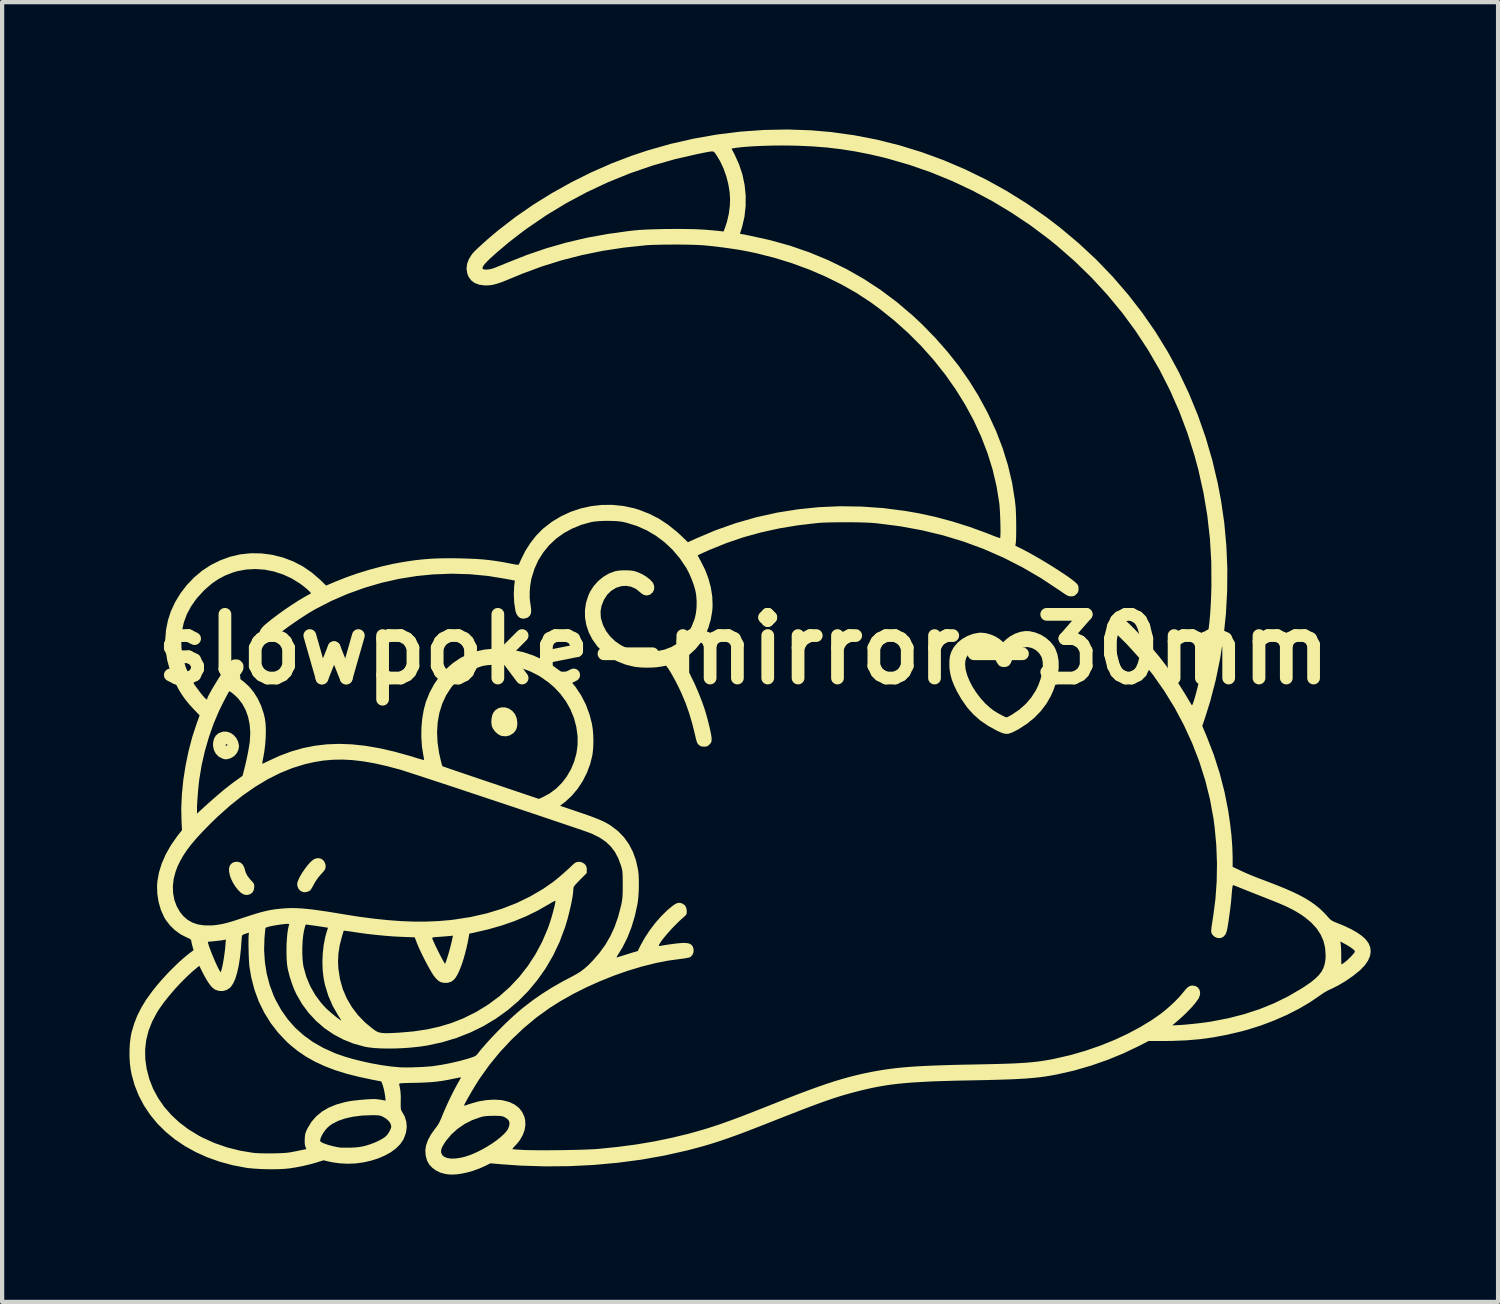
<source format=kicad_pcb>
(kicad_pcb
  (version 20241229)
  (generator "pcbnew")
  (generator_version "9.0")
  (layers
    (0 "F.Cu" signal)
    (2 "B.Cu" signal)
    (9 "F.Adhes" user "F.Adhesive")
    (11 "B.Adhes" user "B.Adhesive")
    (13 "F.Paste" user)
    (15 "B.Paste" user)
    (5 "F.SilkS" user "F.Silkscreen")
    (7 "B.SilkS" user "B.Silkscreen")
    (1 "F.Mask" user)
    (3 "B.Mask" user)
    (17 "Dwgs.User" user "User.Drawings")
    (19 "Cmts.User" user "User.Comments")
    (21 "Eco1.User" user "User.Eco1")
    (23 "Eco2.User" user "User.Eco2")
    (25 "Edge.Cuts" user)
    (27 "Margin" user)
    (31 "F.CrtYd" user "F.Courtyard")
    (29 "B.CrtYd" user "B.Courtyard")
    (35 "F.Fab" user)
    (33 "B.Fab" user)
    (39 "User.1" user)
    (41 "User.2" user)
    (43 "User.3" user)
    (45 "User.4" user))
  (footprint "slowpoke-mirror-30mm"
    (layer "F.Cu")
    (at 14.462 12.242)
    (property "Reference" "slowpoke-mirror-30mm" (at 0 0 0) (layer "F.SilkS") (effects (font (size 1.5 1.5) (thickness 0.3))))
    (attr board_only exclude_from_pos_files exclude_from_bom)
    (fp_poly (pts (xy -5.609 1.371) (xy -5.528 1.397) (xy -5.446 1.452) (xy -5.383 1.527) (xy -5.343 1.619) (xy -5.327 1.724) (xy -5.326 1.737) (xy -5.333 1.825) (xy -5.355 1.894) (xy -5.395 1.951) (xy -5.421 1.976) (xy -5.501 2.028) (xy -5.588 2.051) (xy -5.681 2.045) (xy -5.724 2.033) (xy -5.786 1.998) (xy -5.846 1.944) (xy -5.896 1.88) (xy -5.926 1.815) (xy -5.927 1.814) (xy -5.939 1.731) (xy -5.935 1.64) (xy -5.917 1.553) (xy -5.894 1.498) (xy -5.843 1.434) (xy -5.775 1.39) (xy -5.695 1.369)) (stroke (width 0) (type solid)) (fill yes) (layer "F.SilkS"))
    (fp_poly (pts (xy -11.85 5.025) (xy -11.797 5.069) (xy -11.76 5.137) (xy -11.749 5.176) (xy -11.723 5.264) (xy -11.683 5.34) (xy -11.623 5.417) (xy -11.599 5.443) (xy -11.558 5.487) (xy -11.535 5.52) (xy -11.525 5.55) (xy -11.522 5.586) (xy -11.522 5.59) (xy -11.533 5.669) (xy -11.565 5.729) (xy -11.616 5.768) (xy -11.62 5.77) (xy -11.687 5.789) (xy -11.748 5.783) (xy -11.785 5.77) (xy -11.845 5.731) (xy -11.907 5.668) (xy -11.969 5.589) (xy -12.025 5.499) (xy -12.071 5.403) (xy -12.095 5.336) (xy -12.117 5.235) (xy -12.116 5.15) (xy -12.092 5.084) (xy -12.046 5.036) (xy -11.99 5.012) (xy -11.916 5.005)) (stroke (width 0) (type solid)) (fill yes) (layer "F.SilkS"))
    (fp_poly (pts (xy -9.974 4.926) (xy -9.916 4.955) (xy -9.872 5.003) (xy -9.846 5.069) (xy -9.842 5.112) (xy -9.844 5.148) (xy -9.854 5.179) (xy -9.874 5.212) (xy -9.909 5.255) (xy -9.947 5.296) (xy -10.025 5.388) (xy -10.09 5.485) (xy -10.14 5.577) (xy -10.169 5.628) (xy -10.198 5.669) (xy -10.221 5.692) (xy -10.274 5.714) (xy -10.334 5.724) (xy -10.375 5.72) (xy -10.437 5.69) (xy -10.483 5.64) (xy -10.509 5.576) (xy -10.51 5.507) (xy -10.509 5.502) (xy -10.486 5.435) (xy -10.447 5.354) (xy -10.396 5.268) (xy -10.336 5.18) (xy -10.273 5.097) (xy -10.21 5.025) (xy -10.151 4.97) (xy -10.109 4.942) (xy -10.04 4.921)) (stroke (width 0) (type solid)) (fill yes) (layer "F.SilkS"))
    (fp_poly (pts (xy -12.158 1.944) (xy -12.076 1.974) (xy -12.004 2.025) (xy -11.945 2.094) (xy -11.904 2.176) (xy -11.884 2.266) (xy -11.883 2.288) (xy -11.897 2.372) (xy -11.936 2.45) (xy -11.995 2.516) (xy -12.07 2.563) (xy -12.116 2.579) (xy -12.167 2.591) (xy -12.203 2.593) (xy -12.238 2.587) (xy -12.277 2.574) (xy -12.362 2.529) (xy -12.428 2.462) (xy -12.472 2.379) (xy -12.494 2.281) (xy -12.494 2.259) (xy -12.197 2.259) (xy -12.189 2.276) (xy -12.171 2.273) (xy -12.156 2.253) (xy -12.162 2.238) (xy -12.174 2.235) (xy -12.194 2.248) (xy -12.197 2.259) (xy -12.494 2.259) (xy -12.493 2.205) (xy -12.472 2.11) (xy -12.429 2.034) (xy -12.365 1.979) (xy -12.281 1.947) (xy -12.243 1.94)) (stroke (width 0) (type solid)) (fill yes) (layer "F.SilkS"))
    (fp_poly (pts (xy 6.729 -0.426) (xy 6.865 -0.397) (xy 6.997 -0.345) (xy 7.118 -0.272) (xy 7.223 -0.182) (xy 7.307 -0.079) (xy 7.342 -0.02) (xy 7.394 0.116) (xy 7.422 0.267) (xy 7.426 0.431) (xy 7.406 0.606) (xy 7.362 0.789) (xy 7.295 0.979) (xy 7.239 1.104) (xy 7.135 1.285) (xy 7.005 1.456) (xy 6.851 1.615) (xy 6.675 1.758) (xy 6.481 1.883) (xy 6.395 1.929) (xy 6.317 1.966) (xy 6.253 1.988) (xy 6.195 1.995) (xy 6.135 1.986) (xy 6.065 1.962) (xy 5.979 1.923) (xy 5.767 1.808) (xy 5.58 1.68) (xy 5.414 1.534) (xy 5.267 1.369) (xy 5.135 1.18) (xy 5.026 0.989) (xy 4.958 0.846) (xy 4.908 0.718) (xy 4.875 0.597) (xy 4.855 0.477) (xy 4.849 0.39) (xy 4.85 0.36) (xy 5.221 0.36) (xy 5.233 0.48) (xy 5.269 0.611) (xy 5.325 0.749) (xy 5.398 0.889) (xy 5.487 1.027) (xy 5.588 1.158) (xy 5.698 1.28) (xy 5.815 1.385) (xy 5.889 1.441) (xy 5.94 1.474) (xy 6 1.51) (xy 6.062 1.544) (xy 6.119 1.574) (xy 6.164 1.595) (xy 6.192 1.605) (xy 6.194 1.605) (xy 6.215 1.598) (xy 6.255 1.579) (xy 6.305 1.552) (xy 6.317 1.545) (xy 6.492 1.427) (xy 6.647 1.291) (xy 6.778 1.139) (xy 6.885 0.973) (xy 6.944 0.851) (xy 6.997 0.704) (xy 7.033 0.563) (xy 7.051 0.431) (xy 7.05 0.314) (xy 7.031 0.214) (xy 7.013 0.168) (xy 6.956 0.084) (xy 6.881 0.017) (xy 6.793 -0.029) (xy 6.7 -0.05) (xy 6.676 -0.051) (xy 6.58 -0.037) (xy 6.494 0.004) (xy 6.421 0.07) (xy 6.363 0.158) (xy 6.329 0.243) (xy 6.298 0.324) (xy 6.26 0.378) (xy 6.21 0.409) (xy 6.147 0.42) (xy 6.137 0.42) (xy 6.08 0.414) (xy 6.033 0.393) (xy 5.994 0.353) (xy 5.955 0.289) (xy 5.936 0.25) (xy 5.877 0.145) (xy 5.809 0.067) (xy 5.745 0.022) (xy 5.659 -0.006) (xy 5.566 -0.009) (xy 5.471 0.012) (xy 5.382 0.055) (xy 5.338 0.089) (xy 5.28 0.148) (xy 5.244 0.207) (xy 5.226 0.277) (xy 5.221 0.36) (xy 4.85 0.36) (xy 4.85 0.267) (xy 4.863 0.163) (xy 4.891 0.071) (xy 4.936 -0.018) (xy 4.962 -0.058) (xy 5.046 -0.157) (xy 5.152 -0.242) (xy 5.274 -0.312) (xy 5.405 -0.361) (xy 5.539 -0.387) (xy 5.601 -0.39) (xy 5.705 -0.379) (xy 5.817 -0.349) (xy 5.926 -0.303) (xy 6.023 -0.245) (xy 6.077 -0.202) (xy 6.115 -0.165) (xy 6.188 -0.233) (xy 6.287 -0.308) (xy 6.4 -0.368) (xy 6.52 -0.409) (xy 6.639 -0.428)) (stroke (width 0) (type solid)) (fill yes) (layer "F.SilkS"))
    (fp_poly (pts (xy 1.585 -12.223) (xy 2.063 -12.182) (xy 2.603 -12.107) (xy 3.138 -12.004) (xy 3.669 -11.871) (xy 4.193 -11.71) (xy 4.709 -11.521) (xy 5.216 -11.305) (xy 5.714 -11.063) (xy 6.2 -10.794) (xy 6.673 -10.499) (xy 7.132 -10.179) (xy 7.468 -9.922) (xy 7.9 -9.559) (xy 8.31 -9.177) (xy 8.695 -8.777) (xy 9.056 -8.359) (xy 9.393 -7.925) (xy 9.706 -7.474) (xy 9.993 -7.007) (xy 10.255 -6.525) (xy 10.491 -6.028) (xy 10.701 -5.517) (xy 10.885 -4.993) (xy 11.042 -4.455) (xy 11.172 -3.905) (xy 11.251 -3.488) (xy 11.326 -2.966) (xy 11.374 -2.437) (xy 11.397 -1.905) (xy 11.393 -1.37) (xy 11.364 -0.837) (xy 11.309 -0.309) (xy 11.229 0.213) (xy 11.124 0.725) (xy 10.994 1.225) (xy 10.88 1.59) (xy 10.807 1.808) (xy 10.91 2.052) (xy 11.078 2.486) (xy 11.217 2.92) (xy 11.33 3.358) (xy 11.418 3.805) (xy 11.461 4.099) (xy 11.494 4.384) (xy 11.514 4.649) (xy 11.522 4.893) (xy 11.522 4.929) (xy 11.522 5.126) (xy 11.684 5.202) (xy 11.756 5.236) (xy 11.821 5.266) (xy 11.883 5.293) (xy 11.948 5.32) (xy 12.02 5.349) (xy 12.105 5.383) (xy 12.207 5.422) (xy 12.332 5.469) (xy 12.559 5.557) (xy 12.759 5.638) (xy 12.936 5.716) (xy 13.092 5.791) (xy 13.23 5.866) (xy 13.352 5.941) (xy 13.462 6.019) (xy 13.563 6.1) (xy 13.656 6.187) (xy 13.745 6.282) (xy 13.753 6.291) (xy 13.797 6.34) (xy 13.833 6.374) (xy 13.87 6.399) (xy 13.916 6.421) (xy 13.98 6.447) (xy 13.993 6.452) (xy 14.161 6.521) (xy 14.314 6.594) (xy 14.449 6.671) (xy 14.561 6.748) (xy 14.647 6.824) (xy 14.655 6.833) (xy 14.724 6.926) (xy 14.764 7.024) (xy 14.774 7.126) (xy 14.756 7.231) (xy 14.709 7.338) (xy 14.634 7.446) (xy 14.53 7.554) (xy 14.503 7.578) (xy 14.349 7.701) (xy 14.183 7.816) (xy 14.013 7.917) (xy 13.848 8) (xy 13.806 8.018) (xy 13.753 8.044) (xy 13.686 8.083) (xy 13.617 8.128) (xy 13.581 8.154) (xy 13.343 8.316) (xy 13.081 8.47) (xy 12.798 8.614) (xy 12.499 8.745) (xy 12.19 8.862) (xy 11.874 8.962) (xy 11.729 9.001) (xy 11.395 9.08) (xy 11.073 9.141) (xy 10.753 9.185) (xy 10.428 9.213) (xy 10.087 9.226) (xy 9.921 9.228) (xy 9.543 9.228) (xy 9.314 9.346) (xy 8.955 9.517) (xy 8.578 9.672) (xy 8.188 9.808) (xy 7.792 9.923) (xy 7.398 10.013) (xy 7.396 10.013) (xy 7.292 10.033) (xy 7.19 10.051) (xy 7.087 10.067) (xy 6.982 10.081) (xy 6.871 10.093) (xy 6.751 10.104) (xy 6.622 10.114) (xy 6.479 10.122) (xy 6.321 10.13) (xy 6.145 10.136) (xy 5.948 10.142) (xy 5.728 10.148) (xy 5.482 10.153) (xy 5.281 10.157) (xy 4.983 10.163) (xy 4.713 10.171) (xy 4.466 10.179) (xy 4.242 10.19) (xy 4.036 10.202) (xy 3.847 10.216) (xy 3.67 10.233) (xy 3.504 10.252) (xy 3.346 10.275) (xy 3.193 10.301) (xy 3.042 10.33) (xy 2.89 10.364) (xy 2.735 10.401) (xy 2.662 10.42) (xy 2.548 10.45) (xy 2.437 10.481) (xy 2.325 10.513) (xy 2.212 10.548) (xy 2.093 10.587) (xy 1.967 10.63) (xy 1.831 10.678) (xy 1.682 10.733) (xy 1.518 10.794) (xy 1.336 10.864) (xy 1.134 10.943) (xy 0.908 11.031) (xy 0.698 11.114) (xy 0.452 11.211) (xy 0.231 11.297) (xy 0.031 11.374) (xy -0.151 11.442) (xy -0.318 11.502) (xy -0.473 11.556) (xy -0.621 11.605) (xy -0.763 11.65) (xy -0.903 11.692) (xy -1.044 11.731) (xy -1.19 11.77) (xy -1.335 11.808) (xy -1.862 11.926) (xy -2.406 12.023) (xy -2.963 12.096) (xy -3.53 12.148) (xy -4.103 12.176) (xy -4.678 12.181) (xy -5.253 12.163) (xy -5.722 12.13) (xy -5.96 12.109) (xy -6.08 12.169) (xy -6.217 12.23) (xy -6.368 12.285) (xy -6.52 12.328) (xy -6.656 12.355) (xy -6.76 12.369) (xy -6.846 12.374) (xy -6.924 12.372) (xy -7.005 12.363) (xy -7.021 12.36) (xy -7.135 12.33) (xy -7.241 12.279) (xy -7.332 12.212) (xy -7.405 12.133) (xy -7.453 12.045) (xy -7.454 12.043) (xy -7.486 11.923) (xy -7.491 11.844) (xy -7.122 11.844) (xy -7.12 11.858) (xy -7.095 11.915) (xy -7.046 11.957) (xy -6.975 11.985) (xy -6.885 11.998) (xy -6.778 11.995) (xy -6.656 11.977) (xy -6.549 11.95) (xy -6.429 11.91) (xy -6.302 11.856) (xy -6.173 11.792) (xy -6.046 11.721) (xy -5.924 11.644) (xy -5.811 11.565) (xy -5.712 11.485) (xy -5.63 11.409) (xy -5.57 11.338) (xy -5.542 11.29) (xy -5.514 11.21) (xy -5.512 11.144) (xy -5.536 11.089) (xy -5.589 11.044) (xy -5.622 11.025) (xy -5.655 11.01) (xy -5.687 11) (xy -5.726 10.994) (xy -5.777 10.991) (xy -5.849 10.99) (xy -5.889 10.99) (xy -5.984 10.992) (xy -6.058 10.996) (xy -6.121 11.005) (xy -6.182 11.019) (xy -6.202 11.025) (xy -6.393 11.093) (xy -6.572 11.185) (xy -6.737 11.299) (xy -6.883 11.431) (xy -7.006 11.579) (xy -7.029 11.612) (xy -7.077 11.689) (xy -7.107 11.749) (xy -7.121 11.799) (xy -7.122 11.844) (xy -7.491 11.844) (xy -7.494 11.804) (xy -7.475 11.683) (xy -7.431 11.559) (xy -7.36 11.428) (xy -7.261 11.29) (xy -7.242 11.266) (xy -7.2 11.208) (xy -7.161 11.139) (xy -7.121 11.052) (xy -7.095 10.987) (xy -7.047 10.872) (xy -6.99 10.743) (xy -6.927 10.607) (xy -6.862 10.474) (xy -6.798 10.35) (xy -6.74 10.243) (xy -6.725 10.217) (xy -6.694 10.163) (xy -6.67 10.119) (xy -6.656 10.091) (xy -6.654 10.085) (xy -6.67 10.086) (xy -6.708 10.092) (xy -6.763 10.103) (xy -6.806 10.112) (xy -6.953 10.142) (xy -7.088 10.166) (xy -7.221 10.184) (xy -7.357 10.197) (xy -7.506 10.206) (xy -7.675 10.212) (xy -7.73 10.213) (xy -7.847 10.215) (xy -7.938 10.218) (xy -8.006 10.22) (xy -8.053 10.223) (xy -8.084 10.226) (xy -8.102 10.231) (xy -8.109 10.237) (xy -8.11 10.245) (xy -8.109 10.253) (xy -8.092 10.334) (xy -8.081 10.404) (xy -8.075 10.473) (xy -8.072 10.552) (xy -8.073 10.639) (xy -8.074 10.723) (xy -8.073 10.783) (xy -8.07 10.824) (xy -8.064 10.852) (xy -8.054 10.874) (xy -8.046 10.887) (xy -7.979 11.006) (xy -7.941 11.132) (xy -7.931 11.262) (xy -7.951 11.395) (xy -8 11.526) (xy -8.013 11.553) (xy -8.086 11.66) (xy -8.185 11.758) (xy -8.306 11.848) (xy -8.447 11.926) (xy -8.603 11.993) (xy -8.773 12.047) (xy -8.951 12.087) (xy -9.136 12.112) (xy -9.323 12.119) (xy -9.51 12.109) (xy -9.515 12.109) (xy -9.596 12.098) (xy -9.68 12.085) (xy -9.753 12.071) (xy -9.783 12.064) (xy -9.89 12.037) (xy -10.048 12.087) (xy -10.202 12.131) (xy -10.374 12.172) (xy -10.551 12.206) (xy -10.705 12.23) (xy -10.815 12.24) (xy -10.946 12.247) (xy -11.092 12.249) (xy -11.245 12.248) (xy -11.396 12.242) (xy -11.538 12.233) (xy -11.662 12.221) (xy -11.71 12.215) (xy -12.031 12.154) (xy -12.338 12.071) (xy -12.628 11.968) (xy -12.901 11.845) (xy -13.156 11.704) (xy -13.392 11.545) (xy -13.608 11.368) (xy -13.802 11.176) (xy -13.973 10.969) (xy -14.121 10.747) (xy -14.245 10.512) (xy -14.343 10.265) (xy -14.414 10.006) (xy -14.435 9.894) (xy -14.453 9.752) (xy -14.462 9.594) (xy -14.461 9.431) (xy -14.461 9.425) (xy -14.093 9.425) (xy -14.09 9.65) (xy -14.058 9.882) (xy -14.056 9.89) (xy -13.994 10.127) (xy -13.904 10.356) (xy -13.787 10.573) (xy -13.645 10.778) (xy -13.477 10.97) (xy -13.286 11.148) (xy -13.072 11.309) (xy -12.836 11.454) (xy -12.739 11.505) (xy -12.455 11.633) (xy -12.16 11.735) (xy -11.852 11.812) (xy -11.557 11.861) (xy -11.479 11.868) (xy -11.379 11.873) (xy -11.266 11.875) (xy -11.145 11.876) (xy -11.024 11.874) (xy -10.909 11.87) (xy -10.807 11.865) (xy -10.726 11.857) (xy -10.697 11.853) (xy -10.638 11.843) (xy -10.562 11.828) (xy -10.482 11.813) (xy -10.447 11.805) (xy -10.295 11.774) (xy -10.318 11.72) (xy -10.33 11.675) (xy -10.336 11.616) (xy -10.335 11.573) (xy -9.971 11.573) (xy -9.967 11.59) (xy -9.947 11.609) (xy -9.902 11.632) (xy -9.837 11.657) (xy -9.759 11.682) (xy -9.672 11.705) (xy -9.58 11.725) (xy -9.504 11.738) (xy -9.473 11.74) (xy -9.418 11.741) (xy -9.348 11.741) (xy -9.27 11.74) (xy -9.257 11.74) (xy -9.147 11.735) (xy -9.057 11.726) (xy -8.974 11.712) (xy -8.909 11.697) (xy -8.801 11.664) (xy -8.692 11.623) (xy -8.589 11.576) (xy -8.501 11.528) (xy -8.438 11.485) (xy -8.393 11.439) (xy -8.352 11.381) (xy -8.319 11.319) (xy -8.299 11.264) (xy -8.297 11.241) (xy -8.311 11.179) (xy -8.351 11.118) (xy -8.412 11.061) (xy -8.492 11.013) (xy -8.499 11.009) (xy -8.534 10.995) (xy -8.568 10.985) (xy -8.609 10.979) (xy -8.663 10.976) (xy -8.738 10.976) (xy -8.769 10.976) (xy -8.992 10.985) (xy -9.196 11.011) (xy -9.381 11.052) (xy -9.544 11.108) (xy -9.683 11.179) (xy -9.745 11.222) (xy -9.801 11.271) (xy -9.854 11.332) (xy -9.901 11.399) (xy -9.938 11.465) (xy -9.963 11.525) (xy -9.971 11.573) (xy -10.335 11.573) (xy -10.334 11.534) (xy -10.334 11.534) (xy -10.33 11.468) (xy -10.322 11.417) (xy -10.307 11.369) (xy -10.283 11.314) (xy -10.263 11.275) (xy -10.173 11.128) (xy -10.061 11) (xy -9.927 10.89) (xy -9.77 10.798) (xy -9.59 10.724) (xy -9.385 10.667) (xy -9.276 10.645) (xy -9.217 10.637) (xy -9.137 10.627) (xy -9.046 10.617) (xy -8.951 10.609) (xy -8.918 10.606) (xy -8.819 10.599) (xy -8.742 10.596) (xy -8.681 10.596) (xy -8.627 10.6) (xy -8.573 10.607) (xy -8.554 10.61) (xy -8.429 10.632) (xy -8.439 10.541) (xy -8.453 10.447) (xy -8.473 10.353) (xy -8.497 10.268) (xy -8.511 10.229) (xy -8.532 10.18) (xy -8.755 10.137) (xy -9.073 10.069) (xy -9.364 9.995) (xy -9.63 9.911) (xy -9.873 9.817) (xy -10.097 9.713) (xy -10.303 9.597) (xy -10.493 9.468) (xy -10.671 9.325) (xy -10.759 9.245) (xy -10.96 9.033) (xy -11.137 8.804) (xy -11.289 8.558) (xy -11.417 8.298) (xy -11.518 8.022) (xy -11.593 7.734) (xy -11.635 7.489) (xy -11.641 7.429) (xy -11.647 7.351) (xy -11.651 7.261) (xy -11.655 7.164) (xy -11.657 7.064) (xy -11.659 6.966) (xy -11.659 6.876) (xy -11.658 6.798) (xy -11.655 6.738) (xy -11.651 6.699) (xy -11.648 6.689) (xy -11.646 6.681) (xy -11.655 6.68) (xy -11.68 6.686) (xy -11.726 6.701) (xy -11.762 6.714) (xy -11.795 6.728) (xy -11.811 6.747) (xy -11.817 6.783) (xy -11.818 6.798) (xy -11.836 7.041) (xy -11.859 7.26) (xy -11.889 7.452) (xy -11.926 7.617) (xy -11.968 7.756) (xy -12.016 7.866) (xy -12.07 7.948) (xy -12.1 7.979) (xy -12.176 8.028) (xy -12.263 8.051) (xy -12.354 8.048) (xy -12.442 8.02) (xy -12.46 8.009) (xy -12.517 7.964) (xy -12.578 7.89) (xy -12.644 7.79) (xy -12.713 7.666) (xy -12.733 7.627) (xy -12.817 7.458) (xy -12.856 7.488) (xy -12.99 7.6) (xy -13.13 7.731) (xy -13.273 7.875) (xy -13.412 8.027) (xy -13.544 8.183) (xy -13.664 8.335) (xy -13.766 8.48) (xy -13.818 8.563) (xy -13.931 8.776) (xy -14.014 8.99) (xy -14.068 9.206) (xy -14.093 9.425) (xy -14.461 9.425) (xy -14.452 9.272) (xy -14.433 9.125) (xy -14.411 9.017) (xy -14.352 8.818) (xy -14.277 8.627) (xy -14.182 8.44) (xy -14.067 8.251) (xy -13.927 8.058) (xy -13.81 7.911) (xy -13.689 7.772) (xy -13.561 7.632) (xy -13.428 7.498) (xy -13.298 7.372) (xy -13.173 7.261) (xy -13.058 7.168) (xy -13.013 7.134) (xy -12.952 7.09) (xy -12.98 6.992) (xy -12.994 6.937) (xy -13.004 6.892) (xy -12.617 6.892) (xy -12.608 6.931) (xy -12.592 6.986) (xy -12.565 7.06) (xy -12.532 7.148) (xy -12.493 7.243) (xy -12.453 7.338) (xy -12.413 7.426) (xy -12.377 7.503) (xy -12.347 7.559) (xy -12.337 7.576) (xy -12.313 7.613) (xy -12.293 7.546) (xy -12.282 7.504) (xy -12.269 7.441) (xy -12.255 7.367) (xy -12.243 7.299) (xy -12.23 7.211) (xy -12.217 7.116) (xy -12.207 7.028) (xy -12.203 6.978) (xy -12.193 6.837) (xy -12.229 6.846) (xy -12.258 6.852) (xy -12.309 6.859) (xy -12.375 6.867) (xy -12.441 6.874) (xy -12.617 6.892) (xy -13.004 6.892) (xy -13.004 6.89) (xy -13.008 6.863) (xy -13.014 6.845) (xy -13.035 6.826) (xy -13.076 6.805) (xy -13.124 6.784) (xy -13.263 6.712) (xy -13.394 6.616) (xy -13.512 6.5) (xy -13.611 6.371) (xy -13.65 6.303) (xy -13.723 6.139) (xy -13.775 5.96) (xy -13.806 5.772) (xy -13.813 5.585) (xy -13.813 5.58) (xy -13.44 5.58) (xy -13.434 5.747) (xy -13.404 5.907) (xy -13.349 6.056) (xy -13.271 6.191) (xy -13.2 6.28) (xy -13.098 6.37) (xy -12.984 6.437) (xy -12.855 6.481) (xy -12.708 6.504) (xy -12.542 6.506) (xy -12.535 6.506) (xy -12.447 6.499) (xy -12.358 6.487) (xy -12.263 6.469) (xy -12.158 6.443) (xy -12.038 6.409) (xy -11.899 6.364) (xy -11.8 6.331) (xy -11.637 6.277) (xy -11.496 6.233) (xy -11.374 6.197) (xy -11.264 6.169) (xy -11.162 6.147) (xy -11.062 6.13) (xy -10.96 6.117) (xy -10.851 6.107) (xy -10.842 6.106) (xy -10.741 6.1) (xy -10.638 6.097) (xy -10.531 6.099) (xy -10.415 6.105) (xy -10.289 6.116) (xy -10.148 6.131) (xy -9.989 6.153) (xy -9.809 6.179) (xy -9.605 6.212) (xy -9.474 6.234) (xy -9.088 6.296) (xy -8.726 6.344) (xy -8.385 6.38) (xy -8.063 6.404) (xy -7.757 6.416) (xy -7.463 6.415) (xy -7.18 6.403) (xy -6.903 6.379) (xy -6.814 6.368) (xy -6.421 6.307) (xy -6.045 6.221) (xy -5.686 6.112) (xy -5.344 5.979) (xy -5.021 5.822) (xy -4.716 5.643) (xy -4.489 5.485) (xy -4.422 5.433) (xy -4.342 5.367) (xy -4.255 5.292) (xy -4.169 5.215) (xy -4.089 5.143) (xy -4.023 5.079) (xy -3.999 5.056) (xy -3.945 5.019) (xy -3.881 5.006) (xy -3.814 5.016) (xy -3.755 5.048) (xy -3.729 5.073) (xy -3.704 5.111) (xy -3.692 5.155) (xy -3.691 5.195) (xy -3.691 5.272) (xy -3.848 5.429) (xy -3.911 5.494) (xy -3.956 5.541) (xy -3.984 5.577) (xy -4 5.603) (xy -4.006 5.626) (xy -4.006 5.633) (xy -4.011 5.712) (xy -4.024 5.815) (xy -4.045 5.935) (xy -4.073 6.067) (xy -4.106 6.206) (xy -4.142 6.346) (xy -4.182 6.483) (xy -4.208 6.564) (xy -4.332 6.895) (xy -4.482 7.211) (xy -4.654 7.508) (xy -4.85 7.787) (xy -5.066 8.048) (xy -5.303 8.288) (xy -5.56 8.507) (xy -5.835 8.704) (xy -6.128 8.879) (xy -6.437 9.03) (xy -6.761 9.157) (xy -7.1 9.259) (xy -7.452 9.335) (xy -7.477 9.339) (xy -7.646 9.363) (xy -7.826 9.382) (xy -8.011 9.396) (xy -8.197 9.404) (xy -8.378 9.406) (xy -8.549 9.402) (xy -8.705 9.393) (xy -8.84 9.377) (xy -8.919 9.363) (xy -9.178 9.292) (xy -9.424 9.194) (xy -9.654 9.072) (xy -9.869 8.926) (xy -10.065 8.757) (xy -10.242 8.567) (xy -10.398 8.356) (xy -10.531 8.126) (xy -10.587 8.003) (xy -10.641 7.86) (xy -10.689 7.709) (xy -10.727 7.561) (xy -10.738 7.509) (xy -10.751 7.417) (xy -10.76 7.307) (xy -10.764 7.185) (xy -10.764 7.145) (xy -10.392 7.145) (xy -10.387 7.277) (xy -10.376 7.396) (xy -10.362 7.483) (xy -10.296 7.719) (xy -10.203 7.94) (xy -10.085 8.147) (xy -9.942 8.338) (xy -9.844 8.445) (xy -9.798 8.489) (xy -9.742 8.538) (xy -9.681 8.591) (xy -9.62 8.641) (xy -9.563 8.686) (xy -9.515 8.72) (xy -9.482 8.742) (xy -9.471 8.746) (xy -9.477 8.735) (xy -9.496 8.704) (xy -9.526 8.658) (xy -9.551 8.619) (xy -9.677 8.398) (xy -9.779 8.162) (xy -9.855 7.917) (xy -9.888 7.759) (xy -9.911 7.571) (xy -9.918 7.371) (xy -9.918 7.362) (xy -9.55 7.362) (xy -9.541 7.53) (xy -9.503 7.774) (xy -9.438 8.005) (xy -9.345 8.222) (xy -9.226 8.427) (xy -9.081 8.618) (xy -8.909 8.795) (xy -8.733 8.94) (xy -8.687 8.973) (xy -8.645 9) (xy -8.603 9.019) (xy -8.556 9.032) (xy -8.5 9.04) (xy -8.431 9.044) (xy -8.344 9.043) (xy -8.236 9.038) (xy -8.107 9.031) (xy -7.771 9.002) (xy -7.456 8.955) (xy -7.159 8.889) (xy -6.878 8.804) (xy -6.61 8.699) (xy -6.597 8.693) (xy -6.296 8.544) (xy -6.014 8.371) (xy -5.75 8.175) (xy -5.505 7.957) (xy -5.281 7.719) (xy -5.079 7.461) (xy -4.899 7.184) (xy -4.742 6.891) (xy -4.61 6.581) (xy -4.57 6.469) (xy -4.545 6.392) (xy -4.519 6.307) (xy -4.494 6.22) (xy -4.472 6.135) (xy -4.452 6.058) (xy -4.438 5.994) (xy -4.43 5.948) (xy -4.429 5.926) (xy -4.442 5.928) (xy -4.476 5.944) (xy -4.526 5.971) (xy -4.585 6.007) (xy -4.591 6.01) (xy -4.848 6.157) (xy -5.116 6.289) (xy -5.398 6.405) (xy -5.698 6.509) (xy -6.019 6.6) (xy -6.365 6.68) (xy -6.368 6.681) (xy -6.458 6.699) (xy -6.477 6.811) (xy -6.498 6.92) (xy -6.526 7.045) (xy -6.56 7.176) (xy -6.596 7.302) (xy -6.631 7.413) (xy -6.641 7.44) (xy -6.691 7.568) (xy -6.739 7.669) (xy -6.787 7.746) (xy -6.838 7.8) (xy -6.894 7.836) (xy -6.958 7.855) (xy -6.991 7.859) (xy -7.07 7.857) (xy -7.137 7.839) (xy -7.198 7.8) (xy -7.258 7.738) (xy -7.299 7.684) (xy -7.341 7.619) (xy -7.391 7.534) (xy -7.447 7.433) (xy -7.505 7.322) (xy -7.562 7.209) (xy -7.615 7.099) (xy -7.66 6.999) (xy -7.688 6.93) (xy -7.739 6.799) (xy -7.33 6.799) (xy -7.329 6.812) (xy -7.328 6.817) (xy -7.316 6.85) (xy -7.292 6.903) (xy -7.261 6.971) (xy -7.224 7.047) (xy -7.186 7.125) (xy -7.148 7.2) (xy -7.114 7.265) (xy -7.093 7.303) (xy -7.031 7.412) (xy -7.01 7.363) (xy -6.997 7.328) (xy -6.979 7.272) (xy -6.958 7.206) (xy -6.945 7.164) (xy -6.922 7.081) (xy -6.898 6.99) (xy -6.878 6.907) (xy -6.872 6.881) (xy -6.843 6.747) (xy -6.936 6.756) (xy -6.993 6.761) (xy -7.068 6.767) (xy -7.147 6.773) (xy -7.183 6.776) (xy -7.252 6.78) (xy -7.296 6.785) (xy -7.32 6.791) (xy -7.33 6.799) (xy -7.739 6.799) (xy -7.745 6.786) (xy -8.024 6.776) (xy -8.215 6.767) (xy -8.425 6.751) (xy -8.643 6.73) (xy -8.86 6.706) (xy -9.064 6.678) (xy -9.077 6.676) (xy -9.158 6.664) (xy -9.235 6.652) (xy -9.3 6.643) (xy -9.344 6.637) (xy -9.348 6.637) (xy -9.416 6.628) (xy -9.456 6.761) (xy -9.51 6.97) (xy -9.541 7.168) (xy -9.55 7.362) (xy -9.918 7.362) (xy -9.91 7.167) (xy -9.888 6.968) (xy -9.852 6.782) (xy -9.822 6.674) (xy -9.786 6.56) (xy -9.938 6.536) (xy -10.012 6.525) (xy -10.084 6.514) (xy -10.143 6.506) (xy -10.165 6.503) (xy -10.217 6.496) (xy -10.264 6.49) (xy -10.279 6.487) (xy -10.296 6.485) (xy -10.309 6.49) (xy -10.319 6.505) (xy -10.329 6.538) (xy -10.342 6.591) (xy -10.354 6.642) (xy -10.371 6.747) (xy -10.384 6.871) (xy -10.391 7.007) (xy -10.392 7.145) (xy -10.764 7.145) (xy -10.764 7.055) (xy -10.761 6.925) (xy -10.753 6.799) (xy -10.742 6.684) (xy -10.727 6.586) (xy -10.709 6.509) (xy -10.702 6.487) (xy -10.7 6.475) (xy -10.711 6.469) (xy -10.739 6.468) (xy -10.791 6.472) (xy -10.804 6.473) (xy -10.885 6.482) (xy -10.97 6.494) (xy -11.053 6.508) (xy -11.129 6.523) (xy -11.192 6.538) (xy -11.236 6.552) (xy -11.257 6.563) (xy -11.258 6.564) (xy -11.262 6.586) (xy -11.267 6.632) (xy -11.273 6.695) (xy -11.28 6.772) (xy -11.283 6.806) (xy -11.291 7.087) (xy -11.273 7.367) (xy -11.23 7.641) (xy -11.161 7.905) (xy -11.068 8.157) (xy -11.02 8.259) (xy -10.888 8.498) (xy -10.734 8.717) (xy -10.559 8.915) (xy -10.362 9.092) (xy -10.143 9.251) (xy -9.901 9.389) (xy -9.636 9.509) (xy -9.577 9.532) (xy -9.395 9.595) (xy -9.19 9.655) (xy -8.97 9.709) (xy -8.744 9.758) (xy -8.519 9.798) (xy -8.302 9.828) (xy -8.102 9.847) (xy -8.094 9.848) (xy -8.016 9.85) (xy -7.915 9.851) (xy -7.8 9.849) (xy -7.678 9.844) (xy -7.556 9.839) (xy -7.442 9.831) (xy -7.345 9.823) (xy -7.3 9.818) (xy -7.106 9.788) (xy -6.9 9.748) (xy -6.697 9.701) (xy -6.51 9.65) (xy -6.504 9.648) (xy -6.423 9.623) (xy -6.365 9.603) (xy -6.325 9.586) (xy -6.298 9.568) (xy -6.278 9.549) (xy -6.271 9.54) (xy -6.171 9.415) (xy -6.051 9.278) (xy -5.917 9.132) (xy -5.774 8.983) (xy -5.626 8.835) (xy -5.478 8.694) (xy -5.334 8.565) (xy -5.201 8.452) (xy -5.182 8.437) (xy -4.964 8.269) (xy -4.742 8.115) (xy -4.51 7.969) (xy -4.26 7.826) (xy -4.066 7.724) (xy -3.943 7.657) (xy -3.839 7.593) (xy -3.747 7.524) (xy -3.657 7.444) (xy -3.561 7.346) (xy -3.559 7.345) (xy -3.397 7.159) (xy -3.258 6.968) (xy -3.14 6.767) (xy -3.04 6.552) (xy -2.957 6.318) (xy -2.889 6.062) (xy -2.877 6.01) (xy -2.866 5.952) (xy -2.857 5.898) (xy -2.851 5.84) (xy -2.847 5.773) (xy -2.845 5.69) (xy -2.844 5.585) (xy -2.844 5.544) (xy -2.845 5.437) (xy -2.846 5.355) (xy -2.848 5.292) (xy -2.852 5.243) (xy -2.858 5.201) (xy -2.866 5.161) (xy -2.879 5.118) (xy -2.886 5.094) (xy -2.95 4.922) (xy -3.029 4.773) (xy -3.127 4.644) (xy -3.246 4.533) (xy -3.387 4.437) (xy -3.555 4.353) (xy -3.61 4.33) (xy -3.647 4.317) (xy -3.71 4.294) (xy -3.798 4.263) (xy -3.909 4.225) (xy -4.04 4.181) (xy -4.19 4.13) (xy -4.356 4.074) (xy -4.536 4.013) (xy -4.729 3.948) (xy -4.932 3.88) (xy -5.144 3.809) (xy -5.363 3.735) (xy -5.585 3.661) (xy -5.811 3.586) (xy -6.036 3.511) (xy -6.261 3.436) (xy -6.481 3.363) (xy -6.696 3.291) (xy -6.904 3.222) (xy -7.102 3.157) (xy -7.288 3.096) (xy -7.461 3.039) (xy -7.618 2.987) (xy -7.758 2.942) (xy -7.878 2.903) (xy -7.976 2.871) (xy -8.051 2.847) (xy -8.1 2.832) (xy -8.109 2.83) (xy -8.412 2.75) (xy -8.693 2.687) (xy -8.956 2.641) (xy -9.205 2.612) (xy -9.441 2.599) (xy -9.669 2.603) (xy -9.892 2.622) (xy -10.113 2.658) (xy -10.335 2.709) (xy -10.628 2.8) (xy -10.92 2.919) (xy -11.212 3.066) (xy -11.503 3.242) (xy -11.796 3.446) (xy -12.09 3.68) (xy -12.385 3.943) (xy -12.566 4.118) (xy -12.735 4.291) (xy -12.881 4.449) (xy -13.006 4.596) (xy -13.112 4.735) (xy -13.2 4.868) (xy -13.273 4.997) (xy -13.334 5.127) (xy -13.376 5.239) (xy -13.421 5.41) (xy -13.44 5.58) (xy -13.813 5.58) (xy -13.806 5.473) (xy -13.769 5.262) (xy -13.703 5.049) (xy -13.609 4.834) (xy -13.489 4.621) (xy -13.343 4.411) (xy -13.305 4.363) (xy -13.225 4.262) (xy -13.236 4.063) (xy -13.24 3.873) (xy -12.873 3.873) (xy -12.756 3.766) (xy -12.701 3.715) (xy -12.631 3.652) (xy -12.555 3.584) (xy -12.481 3.518) (xy -12.467 3.506) (xy -12.252 3.322) (xy -12.036 3.153) (xy -11.92 3.069) (xy -11.8 2.983) (xy -11.766 2.853) (xy -11.732 2.716) (xy -11.7 2.574) (xy -11.671 2.434) (xy -11.648 2.305) (xy -11.631 2.194) (xy -11.627 2.16) (xy -11.617 1.964) (xy -11.631 1.775) (xy -11.667 1.597) (xy -11.726 1.432) (xy -11.806 1.285) (xy -11.897 1.167) (xy -11.944 1.118) (xy -11.994 1.072) (xy -12.041 1.033) (xy -12.08 1.005) (xy -12.106 0.991) (xy -12.114 0.992) (xy -12.126 1.011) (xy -12.149 1.052) (xy -12.18 1.11) (xy -12.216 1.179) (xy -12.255 1.254) (xy -12.293 1.331) (xy -12.329 1.404) (xy -12.35 1.448) (xy -12.477 1.745) (xy -12.589 2.062) (xy -12.685 2.393) (xy -12.762 2.729) (xy -12.818 3.065) (xy -12.819 3.076) (xy -12.831 3.173) (xy -12.842 3.286) (xy -12.852 3.406) (xy -12.861 3.526) (xy -12.868 3.637) (xy -12.872 3.732) (xy -12.872 3.778) (xy -12.873 3.873) (xy -13.24 3.873) (xy -13.243 3.747) (xy -13.228 3.417) (xy -13.194 3.077) (xy -13.14 2.734) (xy -13.069 2.392) (xy -12.981 2.059) (xy -12.877 1.743) (xy -12.81 1.558) (xy -12.943 1.42) (xy -13.053 1.3) (xy -13.146 1.186) (xy -13.23 1.067) (xy -13.296 0.961) (xy -13.415 0.732) (xy -13.507 0.498) (xy -13.573 0.261) (xy -13.61 0.021) (xy -13.62 -0.217) (xy -13.618 -0.248) (xy -13.243 -0.248) (xy -13.237 -0.02) (xy -13.202 0.204) (xy -13.137 0.424) (xy -13.044 0.639) (xy -12.923 0.848) (xy -12.773 1.049) (xy -12.752 1.075) (xy -12.701 1.133) (xy -12.665 1.169) (xy -12.644 1.184) (xy -12.634 1.179) (xy -12.632 1.17) (xy -12.624 1.142) (xy -12.602 1.094) (xy -12.567 1.029) (xy -12.523 0.95) (xy -12.471 0.862) (xy -12.414 0.769) (xy -12.355 0.674) (xy -12.295 0.581) (xy -12.238 0.494) (xy -12.185 0.418) (xy -12.139 0.355) (xy -12.103 0.31) (xy -12.095 0.301) (xy -12.059 0.265) (xy -12.028 0.247) (xy -11.992 0.241) (xy -11.958 0.24) (xy -11.908 0.243) (xy -11.873 0.254) (xy -11.84 0.279) (xy -11.828 0.291) (xy -11.796 0.328) (xy -11.781 0.362) (xy -11.777 0.41) (xy -11.777 0.416) (xy -11.78 0.461) (xy -11.791 0.499) (xy -11.816 0.542) (xy -11.84 0.578) (xy -11.872 0.623) (xy -11.888 0.651) (xy -11.891 0.668) (xy -11.882 0.68) (xy -11.871 0.689) (xy -11.844 0.71) (xy -11.802 0.742) (xy -11.755 0.778) (xy -11.639 0.885) (xy -11.533 1.016) (xy -11.439 1.167) (xy -11.361 1.333) (xy -11.302 1.511) (xy -11.273 1.631) (xy -11.256 1.757) (xy -11.25 1.904) (xy -11.253 2.067) (xy -11.265 2.238) (xy -11.286 2.411) (xy -11.316 2.581) (xy -11.318 2.588) (xy -11.328 2.64) (xy -11.334 2.679) (xy -11.335 2.697) (xy -11.335 2.698) (xy -11.321 2.693) (xy -11.285 2.678) (xy -11.235 2.654) (xy -11.195 2.634) (xy -10.925 2.51) (xy -10.654 2.409) (xy -10.38 2.33) (xy -10.101 2.274) (xy -9.816 2.24) (xy -9.522 2.229) (xy -9.218 2.241) (xy -8.902 2.275) (xy -8.572 2.332) (xy -8.226 2.411) (xy -7.863 2.512) (xy -7.753 2.546) (xy -7.676 2.57) (xy -7.61 2.589) (xy -7.56 2.602) (xy -7.531 2.609) (xy -7.525 2.609) (xy -7.525 2.592) (xy -7.53 2.554) (xy -7.539 2.505) (xy -7.573 2.294) (xy -7.588 2.073) (xy -7.587 1.95) (xy -7.217 1.95) (xy -7.206 2.194) (xy -7.169 2.447) (xy -7.133 2.606) (xy -7.117 2.668) (xy -7.104 2.717) (xy -7.094 2.749) (xy -7.091 2.756) (xy -7.076 2.761) (xy -7.035 2.776) (xy -6.97 2.798) (xy -6.883 2.828) (xy -6.776 2.865) (xy -6.651 2.907) (xy -6.511 2.955) (xy -6.357 3.007) (xy -6.192 3.063) (xy -6.018 3.121) (xy -5.954 3.143) (xy -5.778 3.202) (xy -5.61 3.259) (xy -5.452 3.312) (xy -5.307 3.361) (xy -5.177 3.405) (xy -5.064 3.443) (xy -4.97 3.475) (xy -4.897 3.499) (xy -4.847 3.516) (xy -4.824 3.524) (xy -4.822 3.525) (xy -4.808 3.52) (xy -4.775 3.506) (xy -4.732 3.487) (xy -4.565 3.397) (xy -4.413 3.284) (xy -4.278 3.149) (xy -4.161 2.996) (xy -4.064 2.828) (xy -3.988 2.647) (xy -3.935 2.457) (xy -3.908 2.26) (xy -3.907 2.06) (xy -3.907 2.053) (xy -3.937 1.831) (xy -3.994 1.618) (xy -4.077 1.415) (xy -4.184 1.225) (xy -4.314 1.049) (xy -4.465 0.889) (xy -4.635 0.746) (xy -4.823 0.622) (xy -5.027 0.52) (xy -5.246 0.44) (xy -5.477 0.384) (xy -5.491 0.382) (xy -5.583 0.37) (xy -5.69 0.364) (xy -5.806 0.363) (xy -5.922 0.367) (xy -6.029 0.376) (xy -6.119 0.389) (xy -6.159 0.398) (xy -6.347 0.465) (xy -6.519 0.557) (xy -6.677 0.675) (xy -6.819 0.82) (xy -6.888 0.906) (xy -7.004 1.086) (xy -7.095 1.282) (xy -7.161 1.493) (xy -7.202 1.715) (xy -7.217 1.95) (xy -7.587 1.95) (xy -7.586 1.848) (xy -7.566 1.628) (xy -7.529 1.418) (xy -7.48 1.238) (xy -7.393 1.021) (xy -7.284 0.819) (xy -7.155 0.635) (xy -7.008 0.47) (xy -6.845 0.327) (xy -6.668 0.207) (xy -6.478 0.112) (xy -6.316 0.055) (xy -6.105 0.009) (xy -5.882 -0.013) (xy -5.652 -0.009) (xy -5.418 0.018) (xy -5.186 0.069) (xy -4.958 0.144) (xy -4.75 0.236) (xy -4.519 0.367) (xy -4.311 0.518) (xy -4.126 0.688) (xy -3.964 0.876) (xy -3.826 1.082) (xy -3.712 1.305) (xy -3.624 1.544) (xy -3.57 1.755) (xy -3.55 1.882) (xy -3.538 2.026) (xy -3.535 2.178) (xy -3.54 2.326) (xy -3.554 2.46) (xy -3.56 2.499) (xy -3.611 2.707) (xy -3.687 2.909) (xy -3.785 3.103) (xy -3.903 3.283) (xy -4.038 3.445) (xy -4.186 3.584) (xy -4.227 3.616) (xy -4.321 3.687) (xy -3.917 3.824) (xy -3.756 3.879) (xy -3.621 3.926) (xy -3.507 3.969) (xy -3.411 4.007) (xy -3.33 4.042) (xy -3.259 4.077) (xy -3.195 4.112) (xy -3.134 4.149) (xy -3.118 4.16) (xy -2.956 4.283) (xy -2.816 4.427) (xy -2.699 4.591) (xy -2.604 4.774) (xy -2.532 4.975) (xy -2.483 5.196) (xy -2.481 5.214) (xy -2.47 5.309) (xy -2.465 5.426) (xy -2.464 5.555) (xy -2.467 5.689) (xy -2.475 5.818) (xy -2.487 5.935) (xy -2.498 6.009) (xy -2.559 6.286) (xy -2.638 6.548) (xy -2.734 6.793) (xy -2.845 7.016) (xy -2.924 7.145) (xy -2.956 7.195) (xy -2.979 7.235) (xy -2.99 7.258) (xy -2.99 7.261) (xy -2.973 7.257) (xy -2.934 7.245) (xy -2.878 7.228) (xy -2.822 7.21) (xy -2.746 7.186) (xy -2.671 7.163) (xy -2.607 7.143) (xy -2.576 7.134) (xy -2.49 7.109) (xy -2.422 6.971) (xy -2.325 6.797) (xy -2.208 6.62) (xy -2.078 6.448) (xy -1.939 6.29) (xy -1.798 6.152) (xy -1.763 6.121) (xy -1.684 6.056) (xy -1.622 6.011) (xy -1.571 5.984) (xy -1.526 5.973) (xy -1.484 5.976) (xy -1.439 5.992) (xy -1.431 5.996) (xy -1.377 6.035) (xy -1.346 6.094) (xy -1.335 6.174) (xy -1.335 6.176) (xy -1.337 6.215) (xy -1.345 6.244) (xy -1.365 6.271) (xy -1.402 6.305) (xy -1.414 6.316) (xy -1.499 6.392) (xy -1.586 6.477) (xy -1.674 6.567) (xy -1.757 6.658) (xy -1.833 6.746) (xy -1.898 6.826) (xy -1.949 6.896) (xy -1.982 6.951) (xy -1.99 6.968) (xy -1.994 6.986) (xy -1.981 6.991) (xy -1.949 6.986) (xy -1.915 6.979) (xy -1.859 6.97) (xy -1.788 6.959) (xy -1.709 6.948) (xy -1.695 6.946) (xy -1.562 6.929) (xy -1.454 6.919) (xy -1.369 6.918) (xy -1.303 6.926) (xy -1.254 6.943) (xy -1.219 6.969) (xy -1.193 7.006) (xy -1.193 7.006) (xy -1.174 7.07) (xy -1.177 7.137) (xy -1.201 7.198) (xy -1.243 7.244) (xy -1.259 7.253) (xy -1.293 7.265) (xy -1.348 7.276) (xy -1.416 7.287) (xy -1.466 7.293) (xy -1.763 7.333) (xy -2.075 7.394) (xy -2.397 7.475) (xy -2.726 7.574) (xy -3.056 7.69) (xy -3.384 7.822) (xy -3.706 7.966) (xy -4.017 8.123) (xy -4.312 8.29) (xy -4.563 8.448) (xy -4.875 8.673) (xy -5.176 8.924) (xy -5.464 9.197) (xy -5.736 9.488) (xy -5.987 9.795) (xy -6.203 10.097) (xy -6.246 10.163) (xy -6.294 10.24) (xy -6.345 10.322) (xy -6.396 10.408) (xy -6.445 10.492) (xy -6.49 10.57) (xy -6.528 10.64) (xy -6.558 10.695) (xy -6.577 10.734) (xy -6.582 10.751) (xy -6.582 10.752) (xy -6.567 10.749) (xy -6.53 10.738) (xy -6.476 10.72) (xy -6.427 10.704) (xy -6.246 10.652) (xy -6.062 10.621) (xy -5.884 10.609) (xy -5.716 10.618) (xy -5.651 10.629) (xy -5.508 10.668) (xy -5.387 10.727) (xy -5.288 10.804) (xy -5.213 10.899) (xy -5.161 11.012) (xy -5.143 11.087) (xy -5.136 11.203) (xy -5.155 11.324) (xy -5.2 11.445) (xy -5.267 11.563) (xy -5.356 11.672) (xy -5.364 11.679) (xy -5.408 11.726) (xy -5.434 11.755) (xy -5.442 11.771) (xy -5.435 11.778) (xy -5.427 11.779) (xy -5.399 11.781) (xy -5.349 11.784) (xy -5.283 11.788) (xy -5.214 11.793) (xy -5.129 11.797) (xy -5.019 11.799) (xy -4.888 11.801) (xy -4.741 11.802) (xy -4.583 11.801) (xy -4.417 11.8) (xy -4.248 11.798) (xy -4.082 11.795) (xy -3.923 11.792) (xy -3.774 11.787) (xy -3.641 11.782) (xy -3.529 11.777) (xy -3.442 11.771) (xy -3.436 11.771) (xy -2.973 11.724) (xy -2.532 11.666) (xy -2.109 11.595) (xy -1.698 11.51) (xy -1.293 11.412) (xy -1.091 11.356) (xy -0.959 11.318) (xy -0.827 11.278) (xy -0.693 11.235) (xy -0.552 11.188) (xy -0.403 11.135) (xy -0.243 11.077) (xy -0.068 11.012) (xy 0.124 10.938) (xy 0.336 10.855) (xy 0.571 10.762) (xy 0.735 10.697) (xy 1.02 10.584) (xy 1.281 10.482) (xy 1.521 10.392) (xy 1.742 10.312) (xy 1.947 10.241) (xy 2.139 10.178) (xy 2.322 10.123) (xy 2.497 10.074) (xy 2.668 10.031) (xy 2.837 9.992) (xy 3.008 9.957) (xy 3.184 9.925) (xy 3.187 9.925) (xy 3.32 9.903) (xy 3.456 9.884) (xy 3.597 9.867) (xy 3.746 9.851) (xy 3.905 9.838) (xy 4.077 9.826) (xy 4.265 9.816) (xy 4.471 9.807) (xy 4.697 9.799) (xy 4.947 9.791) (xy 5.223 9.785) (xy 5.394 9.782) (xy 5.643 9.777) (xy 5.864 9.772) (xy 6.062 9.767) (xy 6.237 9.761) (xy 6.393 9.755) (xy 6.533 9.747) (xy 6.66 9.739) (xy 6.776 9.729) (xy 6.883 9.718) (xy 6.986 9.705) (xy 7.085 9.69) (xy 7.185 9.673) (xy 7.288 9.654) (xy 7.359 9.639) (xy 7.706 9.559) (xy 8.051 9.459) (xy 8.392 9.342) (xy 8.722 9.21) (xy 9.04 9.063) (xy 9.339 8.904) (xy 9.617 8.735) (xy 9.823 8.591) (xy 9.937 8.501) (xy 10.053 8.4) (xy 10.165 8.294) (xy 10.266 8.19) (xy 10.349 8.093) (xy 10.363 8.075) (xy 10.42 8.006) (xy 10.469 7.959) (xy 10.514 7.933) (xy 10.561 7.922) (xy 10.577 7.922) (xy 10.648 7.934) (xy 10.703 7.968) (xy 10.74 8.019) (xy 10.756 8.082) (xy 10.75 8.153) (xy 10.72 8.226) (xy 10.711 8.241) (xy 10.637 8.341) (xy 10.542 8.451) (xy 10.429 8.568) (xy 10.302 8.687) (xy 10.167 8.804) (xy 10.154 8.814) (xy 10.099 8.86) (xy 10.214 8.855) (xy 10.324 8.849) (xy 10.455 8.838) (xy 10.597 8.824) (xy 10.743 8.808) (xy 10.882 8.79) (xy 11.007 8.772) (xy 11.027 8.768) (xy 11.425 8.691) (xy 11.801 8.594) (xy 12.158 8.477) (xy 12.498 8.339) (xy 12.824 8.179) (xy 13.136 7.997) (xy 13.218 7.945) (xy 13.354 7.851) (xy 13.464 7.763) (xy 13.551 7.678) (xy 13.617 7.593) (xy 13.663 7.503) (xy 13.693 7.405) (xy 13.709 7.296) (xy 13.712 7.197) (xy 13.699 7.026) (xy 13.664 6.884) (xy 14.058 6.884) (xy 14.069 6.956) (xy 14.073 6.999) (xy 14.077 7.064) (xy 14.079 7.141) (xy 14.08 7.223) (xy 14.08 7.228) (xy 14.08 7.301) (xy 14.081 7.362) (xy 14.083 7.405) (xy 14.086 7.426) (xy 14.086 7.426) (xy 14.1 7.418) (xy 14.131 7.396) (xy 14.173 7.365) (xy 14.173 7.364) (xy 14.224 7.322) (xy 14.276 7.273) (xy 14.325 7.223) (xy 14.366 7.177) (xy 14.393 7.14) (xy 14.403 7.119) (xy 14.39 7.095) (xy 14.353 7.06) (xy 14.296 7.019) (xy 14.223 6.974) (xy 14.173 6.946) (xy 14.058 6.884) (xy 13.664 6.884) (xy 13.659 6.865) (xy 13.591 6.714) (xy 13.496 6.571) (xy 13.372 6.437) (xy 13.219 6.31) (xy 13.135 6.252) (xy 13.027 6.185) (xy 12.911 6.121) (xy 12.781 6.057) (xy 12.632 5.992) (xy 12.459 5.922) (xy 12.449 5.918) (xy 12.373 5.888) (xy 12.284 5.853) (xy 12.186 5.814) (xy 12.082 5.773) (xy 11.977 5.731) (xy 11.874 5.691) (xy 11.778 5.652) (xy 11.694 5.618) (xy 11.623 5.59) (xy 11.572 5.57) (xy 11.544 5.558) (xy 11.542 5.557) (xy 11.533 5.556) (xy 11.526 5.564) (xy 11.52 5.585) (xy 11.514 5.623) (xy 11.508 5.68) (xy 11.5 5.761) (xy 11.493 5.851) (xy 11.485 5.945) (xy 11.472 6.054) (xy 11.458 6.173) (xy 11.441 6.294) (xy 11.425 6.41) (xy 11.408 6.513) (xy 11.393 6.598) (xy 11.386 6.631) (xy 11.358 6.71) (xy 11.312 6.767) (xy 11.251 6.8) (xy 11.234 6.804) (xy 11.166 6.803) (xy 11.101 6.776) (xy 11.05 6.73) (xy 11.042 6.718) (xy 11.03 6.699) (xy 11.022 6.679) (xy 11.018 6.655) (xy 11.017 6.623) (xy 11.021 6.578) (xy 11.028 6.517) (xy 11.041 6.436) (xy 11.057 6.33) (xy 11.063 6.296) (xy 11.116 5.89) (xy 11.146 5.471) (xy 11.153 5.045) (xy 11.137 4.617) (xy 11.098 4.195) (xy 11.071 3.991) (xy 10.988 3.536) (xy 10.876 3.087) (xy 10.736 2.646) (xy 10.569 2.213) (xy 10.375 1.791) (xy 10.157 1.381) (xy 9.913 0.985) (xy 9.646 0.604) (xy 9.355 0.24) (xy 9.043 -0.105) (xy 8.824 -0.323) (xy 8.775 -0.372) (xy 8.732 -0.418) (xy 8.702 -0.454) (xy 8.693 -0.468) (xy 8.674 -0.534) (xy 8.679 -0.603) (xy 8.707 -0.667) (xy 8.75 -0.712) (xy 8.786 -0.726) (xy 8.836 -0.735) (xy 8.853 -0.735) (xy 8.885 -0.733) (xy 8.916 -0.726) (xy 8.949 -0.711) (xy 8.986 -0.686) (xy 9.032 -0.648) (xy 9.088 -0.596) (xy 9.158 -0.527) (xy 9.246 -0.438) (xy 9.25 -0.433) (xy 9.443 -0.23) (xy 9.62 -0.031) (xy 9.787 0.168) (xy 9.945 0.373) (xy 10.099 0.587) (xy 10.252 0.816) (xy 10.408 1.065) (xy 10.559 1.319) (xy 10.569 1.317) (xy 10.583 1.287) (xy 10.602 1.234) (xy 10.625 1.161) (xy 10.651 1.07) (xy 10.679 0.964) (xy 10.708 0.847) (xy 10.738 0.72) (xy 10.769 0.588) (xy 10.798 0.453) (xy 10.827 0.319) (xy 10.853 0.187) (xy 10.876 0.061) (xy 10.885 0.008) (xy 10.921 -0.22) (xy 10.951 -0.432) (xy 10.975 -0.635) (xy 10.993 -0.838) (xy 11.006 -1.049) (xy 11.016 -1.274) (xy 11.022 -1.5) (xy 11.019 -2.055) (xy 10.987 -2.601) (xy 10.926 -3.143) (xy 10.836 -3.68) (xy 10.717 -4.216) (xy 10.622 -4.568) (xy 10.456 -5.093) (xy 10.264 -5.603) (xy 10.045 -6.1) (xy 9.801 -6.581) (xy 9.531 -7.047) (xy 9.235 -7.498) (xy 8.915 -7.932) (xy 8.569 -8.35) (xy 8.199 -8.752) (xy 7.805 -9.136) (xy 7.387 -9.502) (xy 7.201 -9.653) (xy 6.774 -9.974) (xy 6.328 -10.273) (xy 5.867 -10.551) (xy 5.392 -10.804) (xy 4.906 -11.032) (xy 4.412 -11.234) (xy 3.911 -11.408) (xy 3.407 -11.554) (xy 3.332 -11.574) (xy 2.978 -11.657) (xy 2.638 -11.724) (xy 2.304 -11.777) (xy 1.968 -11.817) (xy 1.624 -11.844) (xy 1.261 -11.86) (xy 1.117 -11.863) (xy 0.936 -11.865) (xy 0.754 -11.864) (xy 0.572 -11.86) (xy 0.396 -11.854) (xy 0.23 -11.846) (xy 0.078 -11.836) (xy -0.056 -11.824) (xy -0.168 -11.811) (xy -0.242 -11.799) (xy -0.282 -11.791) (xy -0.208 -11.65) (xy -0.104 -11.421) (xy -0.025 -11.182) (xy 0.027 -10.935) (xy 0.052 -10.685) (xy 0.051 -10.434) (xy 0.023 -10.186) (xy -0.032 -9.946) (xy -0.05 -9.889) (xy -0.084 -9.786) (xy 0.127 -9.746) (xy 0.618 -9.638) (xy 1.094 -9.506) (xy 1.554 -9.347) (xy 1.998 -9.163) (xy 2.427 -8.954) (xy 2.84 -8.719) (xy 3.237 -8.458) (xy 3.619 -8.172) (xy 3.985 -7.86) (xy 4.207 -7.652) (xy 4.521 -7.33) (xy 4.807 -7.005) (xy 5.069 -6.675) (xy 5.308 -6.334) (xy 5.528 -5.981) (xy 5.729 -5.611) (xy 5.768 -5.534) (xy 5.952 -5.135) (xy 6.106 -4.733) (xy 6.231 -4.328) (xy 6.327 -3.923) (xy 6.392 -3.516) (xy 6.407 -3.383) (xy 6.413 -3.313) (xy 6.417 -3.224) (xy 6.421 -3.12) (xy 6.423 -3.009) (xy 6.424 -2.896) (xy 6.424 -2.786) (xy 6.423 -2.686) (xy 6.421 -2.601) (xy 6.417 -2.537) (xy 6.415 -2.513) (xy 6.404 -2.438) (xy 6.492 -2.395) (xy 6.602 -2.34) (xy 6.725 -2.274) (xy 6.857 -2.2) (xy 6.994 -2.121) (xy 7.133 -2.038) (xy 7.269 -1.954) (xy 7.4 -1.871) (xy 7.521 -1.792) (xy 7.629 -1.719) (xy 7.721 -1.653) (xy 7.792 -1.598) (xy 7.827 -1.567) (xy 7.864 -1.53) (xy 7.883 -1.5) (xy 7.89 -1.466) (xy 7.892 -1.426) (xy 7.889 -1.376) (xy 7.878 -1.341) (xy 7.853 -1.309) (xy 7.841 -1.296) (xy 7.803 -1.264) (xy 7.768 -1.249) (xy 7.72 -1.245) (xy 7.717 -1.245) (xy 7.687 -1.247) (xy 7.66 -1.252) (xy 7.63 -1.264) (xy 7.592 -1.286) (xy 7.541 -1.319) (xy 7.473 -1.366) (xy 7.451 -1.381) (xy 7.02 -1.667) (xy 6.578 -1.925) (xy 6.126 -2.156) (xy 5.663 -2.359) (xy 5.189 -2.534) (xy 4.702 -2.682) (xy 4.203 -2.802) (xy 3.692 -2.896) (xy 3.167 -2.963) (xy 3.061 -2.973) (xy 2.972 -2.979) (xy 2.86 -2.984) (xy 2.729 -2.988) (xy 2.586 -2.99) (xy 2.437 -2.991) (xy 2.286 -2.99) (xy 2.14 -2.989) (xy 2.004 -2.986) (xy 1.884 -2.982) (xy 1.785 -2.976) (xy 1.748 -2.973) (xy 1.283 -2.919) (xy 0.839 -2.845) (xy 0.412 -2.751) (xy -0.001 -2.637) (xy -0.403 -2.5) (xy -0.798 -2.34) (xy -0.915 -2.288) (xy -0.978 -2.259) (xy -1.029 -2.235) (xy -1.064 -2.219) (xy -1.077 -2.212) (xy -1.072 -2.199) (xy -1.055 -2.165) (xy -1.029 -2.116) (xy -1.006 -2.076) (xy -0.905 -1.875) (xy -0.825 -1.665) (xy -0.768 -1.452) (xy -0.735 -1.239) (xy -0.727 -1.032) (xy -0.734 -0.913) (xy -0.769 -0.705) (xy -0.826 -0.507) (xy -0.906 -0.323) (xy -1.006 -0.156) (xy -1.125 -0.008) (xy -1.261 0.118) (xy -1.344 0.178) (xy -1.453 0.25) (xy -1.369 0.391) (xy -1.262 0.586) (xy -1.156 0.801) (xy -1.057 1.028) (xy -0.968 1.257) (xy -0.92 1.395) (xy -0.89 1.492) (xy -0.86 1.597) (xy -0.831 1.707) (xy -0.804 1.814) (xy -0.782 1.915) (xy -0.764 2.002) (xy -0.753 2.071) (xy -0.75 2.112) (xy -0.752 2.163) (xy -0.763 2.198) (xy -0.786 2.229) (xy -0.801 2.244) (xy -0.837 2.276) (xy -0.871 2.291) (xy -0.916 2.295) (xy -0.928 2.295) (xy -0.982 2.292) (xy -1.02 2.277) (xy -1.051 2.254) (xy -1.071 2.234) (xy -1.087 2.209) (xy -1.101 2.175) (xy -1.116 2.125) (xy -1.133 2.054) (xy -1.141 2.018) (xy -1.207 1.751) (xy -1.28 1.505) (xy -1.362 1.272) (xy -1.458 1.043) (xy -1.508 0.936) (xy -1.555 0.84) (xy -1.605 0.743) (xy -1.657 0.648) (xy -1.706 0.561) (xy -1.75 0.489) (xy -1.785 0.436) (xy -1.795 0.423) (xy -1.824 0.388) (xy -1.949 0.411) (xy -2.052 0.425) (xy -2.173 0.433) (xy -2.303 0.434) (xy -2.429 0.429) (xy -2.543 0.417) (xy -2.57 0.413) (xy -2.772 0.364) (xy -2.963 0.29) (xy -3.139 0.194) (xy -3.297 0.076) (xy -3.435 -0.06) (xy -3.45 -0.079) (xy -3.56 -0.233) (xy -3.644 -0.397) (xy -3.701 -0.567) (xy -3.732 -0.741) (xy -3.734 -0.917) (xy -3.709 -1.091) (xy -3.656 -1.26) (xy -3.613 -1.355) (xy -3.529 -1.486) (xy -3.424 -1.604) (xy -3.303 -1.704) (xy -3.17 -1.783) (xy -3.03 -1.835) (xy -3.022 -1.837) (xy -2.943 -1.851) (xy -2.847 -1.859) (xy -2.745 -1.859) (xy -2.647 -1.853) (xy -2.567 -1.84) (xy -2.561 -1.838) (xy -2.466 -1.805) (xy -2.37 -1.759) (xy -2.28 -1.703) (xy -2.203 -1.642) (xy -2.145 -1.58) (xy -2.122 -1.544) (xy -2.101 -1.473) (xy -2.106 -1.404) (xy -2.136 -1.342) (xy -2.189 -1.294) (xy -2.216 -1.28) (xy -2.281 -1.266) (xy -2.344 -1.278) (xy -2.408 -1.318) (xy -2.438 -1.345) (xy -2.536 -1.422) (xy -2.643 -1.471) (xy -2.758 -1.493) (xy -2.875 -1.486) (xy -2.992 -1.45) (xy -3.005 -1.444) (xy -3.114 -1.377) (xy -3.206 -1.288) (xy -3.281 -1.174) (xy -3.293 -1.15) (xy -3.344 -1.019) (xy -3.367 -0.89) (xy -3.361 -0.76) (xy -3.354 -0.719) (xy -3.308 -0.568) (xy -3.235 -0.427) (xy -3.139 -0.3) (xy -3.022 -0.188) (xy -2.885 -0.094) (xy -2.733 -0.02) (xy -2.566 0.032) (xy -2.506 0.045) (xy -2.449 0.052) (xy -2.375 0.058) (xy -2.294 0.061) (xy -2.251 0.061) (xy -2.05 0.048) (xy -1.867 0.011) (xy -1.701 -0.051) (xy -1.553 -0.136) (xy -1.424 -0.244) (xy -1.314 -0.374) (xy -1.224 -0.528) (xy -1.155 -0.703) (xy -1.147 -0.728) (xy -1.12 -0.848) (xy -1.105 -0.985) (xy -1.103 -1.128) (xy -1.113 -1.267) (xy -1.131 -1.373) (xy -1.167 -1.502) (xy -1.217 -1.641) (xy -1.275 -1.777) (xy -1.338 -1.899) (xy -1.351 -1.921) (xy -1.5 -2.142) (xy -1.669 -2.341) (xy -1.856 -2.518) (xy -2.061 -2.672) (xy -2.28 -2.801) (xy -2.513 -2.904) (xy -2.759 -2.98) (xy -2.825 -2.996) (xy -2.913 -3.01) (xy -3.022 -3.019) (xy -3.144 -3.023) (xy -3.27 -3.023) (xy -3.391 -3.018) (xy -3.499 -3.009) (xy -3.582 -2.996) (xy -3.817 -2.931) (xy -4.035 -2.842) (xy -4.236 -2.732) (xy -4.417 -2.601) (xy -4.577 -2.45) (xy -4.716 -2.28) (xy -4.833 -2.094) (xy -4.925 -1.89) (xy -4.992 -1.672) (xy -5.003 -1.622) (xy -5.024 -1.491) (xy -5.035 -1.355) (xy -5.036 -1.223) (xy -5.026 -1.118) (xy -5.016 -1.05) (xy -5.007 -0.984) (xy -5.001 -0.932) (xy -5 -0.929) (xy -5.004 -0.851) (xy -5.032 -0.789) (xy -5.082 -0.745) (xy -5.153 -0.723) (xy -5.192 -0.72) (xy -5.257 -0.734) (xy -5.31 -0.774) (xy -5.35 -0.838) (xy -5.37 -0.9) (xy -5.4 -1.093) (xy -5.41 -1.294) (xy -5.401 -1.491) (xy -5.392 -1.562) (xy -5.384 -1.616) (xy -5.584 -1.655) (xy -6.017 -1.726) (xy -6.448 -1.767) (xy -6.88 -1.779) (xy -7.315 -1.762) (xy -7.697 -1.724) (xy -8.111 -1.658) (xy -8.523 -1.565) (xy -8.928 -1.446) (xy -9.323 -1.304) (xy -9.704 -1.139) (xy -10.068 -0.952) (xy -10.121 -0.922) (xy -10.226 -0.86) (xy -10.345 -0.785) (xy -10.47 -0.703) (xy -10.595 -0.618) (xy -10.712 -0.536) (xy -10.816 -0.459) (xy -10.885 -0.405) (xy -10.969 -0.336) (xy -11.034 -0.284) (xy -11.083 -0.247) (xy -11.119 -0.221) (xy -11.147 -0.206) (xy -11.17 -0.199) (xy -11.192 -0.197) (xy -11.216 -0.198) (xy -11.229 -0.199) (xy -11.282 -0.209) (xy -11.32 -0.229) (xy -11.345 -0.253) (xy -11.386 -0.311) (xy -11.402 -0.367) (xy -11.393 -0.425) (xy -11.358 -0.486) (xy -11.296 -0.554) (xy -11.248 -0.596) (xy -11.115 -0.704) (xy -10.965 -0.818) (xy -10.806 -0.932) (xy -10.645 -1.041) (xy -10.489 -1.142) (xy -10.345 -1.227) (xy -10.3 -1.253) (xy -10.249 -1.281) (xy -10.21 -1.303) (xy -10.189 -1.315) (xy -10.187 -1.317) (xy -10.193 -1.33) (xy -10.218 -1.357) (xy -10.257 -1.395) (xy -10.307 -1.438) (xy -10.363 -1.484) (xy -10.42 -1.527) (xy -10.448 -1.548) (xy -10.641 -1.667) (xy -10.845 -1.761) (xy -11.056 -1.83) (xy -11.272 -1.873) (xy -11.49 -1.889) (xy -11.706 -1.878) (xy -11.917 -1.84) (xy -12.031 -1.806) (xy -12.207 -1.737) (xy -12.368 -1.652) (xy -12.52 -1.548) (xy -12.67 -1.419) (xy -12.724 -1.367) (xy -12.883 -1.192) (xy -13.011 -1.01) (xy -13.112 -0.821) (xy -13.184 -0.624) (xy -13.228 -0.418) (xy -13.243 -0.248) (xy -13.618 -0.248) (xy -13.602 -0.453) (xy -13.556 -0.683) (xy -13.487 -0.894) (xy -13.386 -1.112) (xy -13.259 -1.32) (xy -13.109 -1.514) (xy -12.939 -1.691) (xy -12.754 -1.847) (xy -12.555 -1.978) (xy -12.552 -1.98) (xy -12.324 -2.094) (xy -12.089 -2.179) (xy -11.849 -2.235) (xy -11.604 -2.261) (xy -11.355 -2.257) (xy -11.102 -2.224) (xy -11.093 -2.222) (xy -10.843 -2.159) (xy -10.604 -2.068) (xy -10.379 -1.951) (xy -10.169 -1.807) (xy -9.983 -1.647) (xy -9.83 -1.499) (xy -9.615 -1.591) (xy -9.363 -1.691) (xy -9.09 -1.787) (xy -8.806 -1.874) (xy -8.521 -1.95) (xy -8.243 -2.013) (xy -8.147 -2.031) (xy -7.932 -2.068) (xy -7.73 -2.097) (xy -7.534 -2.118) (xy -7.336 -2.133) (xy -7.128 -2.141) (xy -6.905 -2.143) (xy -6.706 -2.141) (xy -6.496 -2.135) (xy -6.308 -2.127) (xy -6.137 -2.115) (xy -5.975 -2.098) (xy -5.815 -2.076) (xy -5.65 -2.049) (xy -5.474 -2.015) (xy -5.455 -2.011) (xy -5.391 -1.999) (xy -5.339 -1.991) (xy -5.305 -1.989) (xy -5.296 -1.991) (xy -5.286 -2.009) (xy -5.268 -2.048) (xy -5.244 -2.102) (xy -5.228 -2.137) (xy -5.134 -2.323) (xy -5.018 -2.504) (xy -4.887 -2.672) (xy -4.744 -2.818) (xy -4.715 -2.845) (xy -4.515 -3) (xy -4.299 -3.13) (xy -4.071 -3.236) (xy -3.832 -3.316) (xy -3.585 -3.371) (xy -3.334 -3.399) (xy -3.08 -3.4) (xy -2.826 -3.374) (xy -2.576 -3.32) (xy -2.455 -3.283) (xy -2.218 -3.19) (xy -1.994 -3.076) (xy -1.781 -2.936) (xy -1.573 -2.77) (xy -1.461 -2.667) (xy -1.309 -2.521) (xy -1.108 -2.612) (xy -0.648 -2.806) (xy -0.178 -2.971) (xy 0.3 -3.108) (xy 0.786 -3.216) (xy 1.278 -3.295) (xy 1.775 -3.346) (xy 2.278 -3.368) (xy 2.785 -3.36) (xy 3.295 -3.324) (xy 3.807 -3.258) (xy 4.133 -3.201) (xy 4.523 -3.116) (xy 4.922 -3.009) (xy 5.325 -2.882) (xy 5.723 -2.737) (xy 5.85 -2.686) (xy 5.919 -2.659) (xy 5.978 -2.638) (xy 6.021 -2.624) (xy 6.043 -2.619) (xy 6.045 -2.619) (xy 6.05 -2.639) (xy 6.052 -2.684) (xy 6.054 -2.749) (xy 6.054 -2.831) (xy 6.052 -2.924) (xy 6.05 -3.023) (xy 6.046 -3.124) (xy 6.042 -3.222) (xy 6.036 -3.313) (xy 6.03 -3.392) (xy 6.025 -3.443) (xy 5.961 -3.837) (xy 5.869 -4.229) (xy 5.748 -4.618) (xy 5.6 -5.003) (xy 5.426 -5.382) (xy 5.226 -5.753) (xy 5.001 -6.116) (xy 4.753 -6.469) (xy 4.482 -6.81) (xy 4.19 -7.138) (xy 3.876 -7.452) (xy 3.543 -7.75) (xy 3.19 -8.031) (xy 2.994 -8.173) (xy 2.662 -8.391) (xy 2.307 -8.593) (xy 1.932 -8.778) (xy 1.54 -8.946) (xy 1.134 -9.095) (xy 0.717 -9.223) (xy 0.293 -9.33) (xy 0.075 -9.375) (xy -0.093 -9.406) (xy -0.282 -9.435) (xy -0.48 -9.463) (xy -0.679 -9.488) (xy -0.867 -9.507) (xy -0.938 -9.514) (xy -1.034 -9.52) (xy -1.155 -9.525) (xy -1.293 -9.528) (xy -1.444 -9.531) (xy -1.601 -9.532) (xy -1.759 -9.531) (xy -1.911 -9.529) (xy -2.053 -9.526) (xy -2.177 -9.522) (xy -2.279 -9.516) (xy -2.303 -9.514) (xy -2.823 -9.459) (xy -3.324 -9.382) (xy -3.811 -9.282) (xy -4.286 -9.16) (xy -4.754 -9.014) (xy -5.218 -8.842) (xy -5.469 -8.738) (xy -5.603 -8.682) (xy -5.716 -8.639) (xy -5.811 -8.607) (xy -5.893 -8.586) (xy -5.968 -8.573) (xy -6.04 -8.569) (xy -6.105 -8.57) (xy -6.228 -8.587) (xy -6.331 -8.626) (xy -6.412 -8.687) (xy -6.473 -8.768) (xy -6.506 -8.851) (xy -6.523 -8.961) (xy -6.52 -8.99) (xy -6.146 -8.99) (xy -6.145 -8.963) (xy -6.125 -8.949) (xy -6.083 -8.942) (xy -6.028 -8.943) (xy -5.966 -8.952) (xy -5.905 -8.967) (xy -5.895 -8.971) (xy -5.854 -8.986) (xy -5.792 -9.011) (xy -5.715 -9.042) (xy -5.63 -9.077) (xy -5.565 -9.104) (xy -5.104 -9.286) (xy -4.642 -9.444) (xy -4.174 -9.578) (xy -3.697 -9.69) (xy -3.206 -9.78) (xy -2.697 -9.851) (xy -2.551 -9.867) (xy -2.444 -9.876) (xy -2.312 -9.884) (xy -2.162 -9.89) (xy -1.997 -9.894) (xy -1.824 -9.898) (xy -1.647 -9.899) (xy -1.473 -9.899) (xy -1.305 -9.897) (xy -1.151 -9.894) (xy -1.015 -9.888) (xy -0.902 -9.881) (xy -0.9 -9.881) (xy -0.804 -9.873) (xy -0.714 -9.865) (xy -0.636 -9.858) (xy -0.576 -9.852) (xy -0.539 -9.848) (xy -0.539 -9.848) (xy -0.47 -9.839) (xy -0.438 -9.919) (xy -0.386 -10.078) (xy -0.346 -10.253) (xy -0.322 -10.434) (xy -0.315 -10.59) (xy -0.326 -10.768) (xy -0.357 -10.954) (xy -0.405 -11.141) (xy -0.469 -11.321) (xy -0.547 -11.489) (xy -0.635 -11.636) (xy -0.654 -11.662) (xy -0.671 -11.686) (xy -0.684 -11.704) (xy -0.699 -11.717) (xy -0.718 -11.724) (xy -0.746 -11.726) (xy -0.785 -11.722) (xy -0.841 -11.712) (xy -0.917 -11.698) (xy -1.017 -11.677) (xy -1.08 -11.665) (xy -1.62 -11.541) (xy -2.152 -11.389) (xy -2.674 -11.209) (xy -3.185 -11.002) (xy -3.683 -10.769) (xy -4.168 -10.51) (xy -4.638 -10.226) (xy -5.091 -9.917) (xy -5.244 -9.804) (xy -5.533 -9.579) (xy -5.799 -9.355) (xy -5.953 -9.216) (xy -6.034 -9.138) (xy -6.092 -9.076) (xy -6.129 -9.027) (xy -6.146 -8.99) (xy -6.52 -8.99) (xy -6.511 -9.074) (xy -6.468 -9.188) (xy -6.397 -9.302) (xy -6.391 -9.31) (xy -6.358 -9.347) (xy -6.306 -9.4) (xy -6.237 -9.466) (xy -6.156 -9.54) (xy -6.067 -9.62) (xy -5.972 -9.703) (xy -5.876 -9.785) (xy -5.782 -9.863) (xy -5.776 -9.868) (xy -5.377 -10.176) (xy -4.955 -10.468) (xy -4.514 -10.742) (xy -4.057 -10.997) (xy -3.588 -11.231) (xy -3.111 -11.441) (xy -2.63 -11.625) (xy -2.263 -11.747) (xy -1.719 -11.902) (xy -1.17 -12.027) (xy -0.619 -12.124) (xy -0.066 -12.192) (xy 0.486 -12.231) (xy 1.037 -12.242)) (stroke (width 0) (type solid)) (fill yes) (layer "F.SilkS")))
  (gr_rect
    (start -3 -3)
    (end 32.236 27.616)
    (stroke (width 0.1) (type default))
    (fill no)
    (layer "Edge.Cuts")))
</source>
